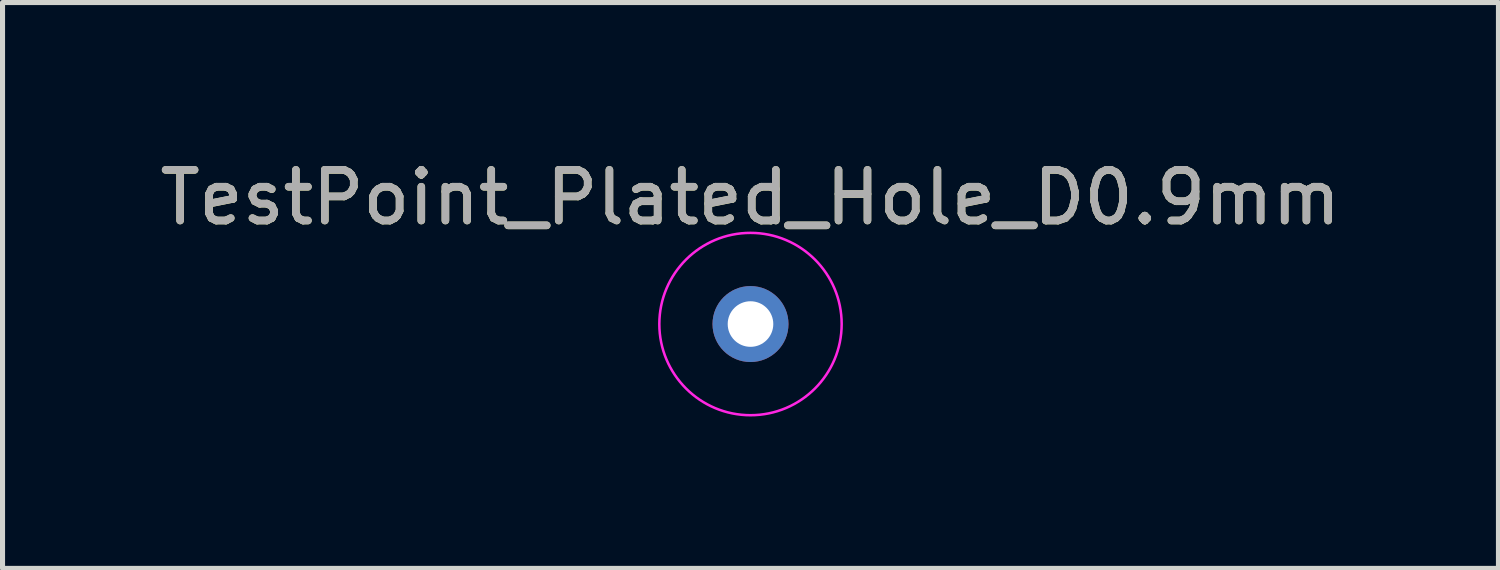
<source format=kicad_pcb>
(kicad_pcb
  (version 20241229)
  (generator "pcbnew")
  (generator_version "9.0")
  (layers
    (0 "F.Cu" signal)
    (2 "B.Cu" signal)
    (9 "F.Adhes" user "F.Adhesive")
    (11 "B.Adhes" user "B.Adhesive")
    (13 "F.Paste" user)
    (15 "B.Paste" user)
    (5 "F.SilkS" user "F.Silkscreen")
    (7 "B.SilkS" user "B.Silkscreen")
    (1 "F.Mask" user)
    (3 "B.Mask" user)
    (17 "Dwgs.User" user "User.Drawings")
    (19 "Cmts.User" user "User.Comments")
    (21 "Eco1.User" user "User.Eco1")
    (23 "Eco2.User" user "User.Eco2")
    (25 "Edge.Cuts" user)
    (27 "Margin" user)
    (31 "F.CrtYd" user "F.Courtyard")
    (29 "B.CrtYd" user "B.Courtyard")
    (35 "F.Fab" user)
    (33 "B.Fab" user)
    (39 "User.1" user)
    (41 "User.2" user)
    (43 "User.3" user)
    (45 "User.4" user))
  (footprint "TestPoint_Plated_Hole_D0.9mm"
    (layer "F.Cu")
    (at 11.768 3.348)
    (property "Reference" "TestPoint_Plated_Hole_D0.9mm" (at 0 -2.498 0) (layer "F.SilkS") (effects (font (size 1 1) (thickness 0.15))))
    (attr through_hole)
    (fp_circle (center 0 0) (end 1.8 0) (stroke (width 0.05) (type solid)) (fill no) (layer "F.CrtYd"))
    (fp_text user "${REFERENCE}" (at 0 -2.5 0) (layer "F.Fab") (effects (font (size 1 1) (thickness 0.15))))
    (pad "1" thru_hole circle (at 0 0) (size 1.5 1.5) (drill 0.9) (layers "*.Cu" "*.Mask")))
  (gr_rect
    (start -3 -3)
    (end 26.536 8.173)
    (stroke (width 0.1) (type default))
    (fill no)
    (layer "Edge.Cuts")))
</source>
